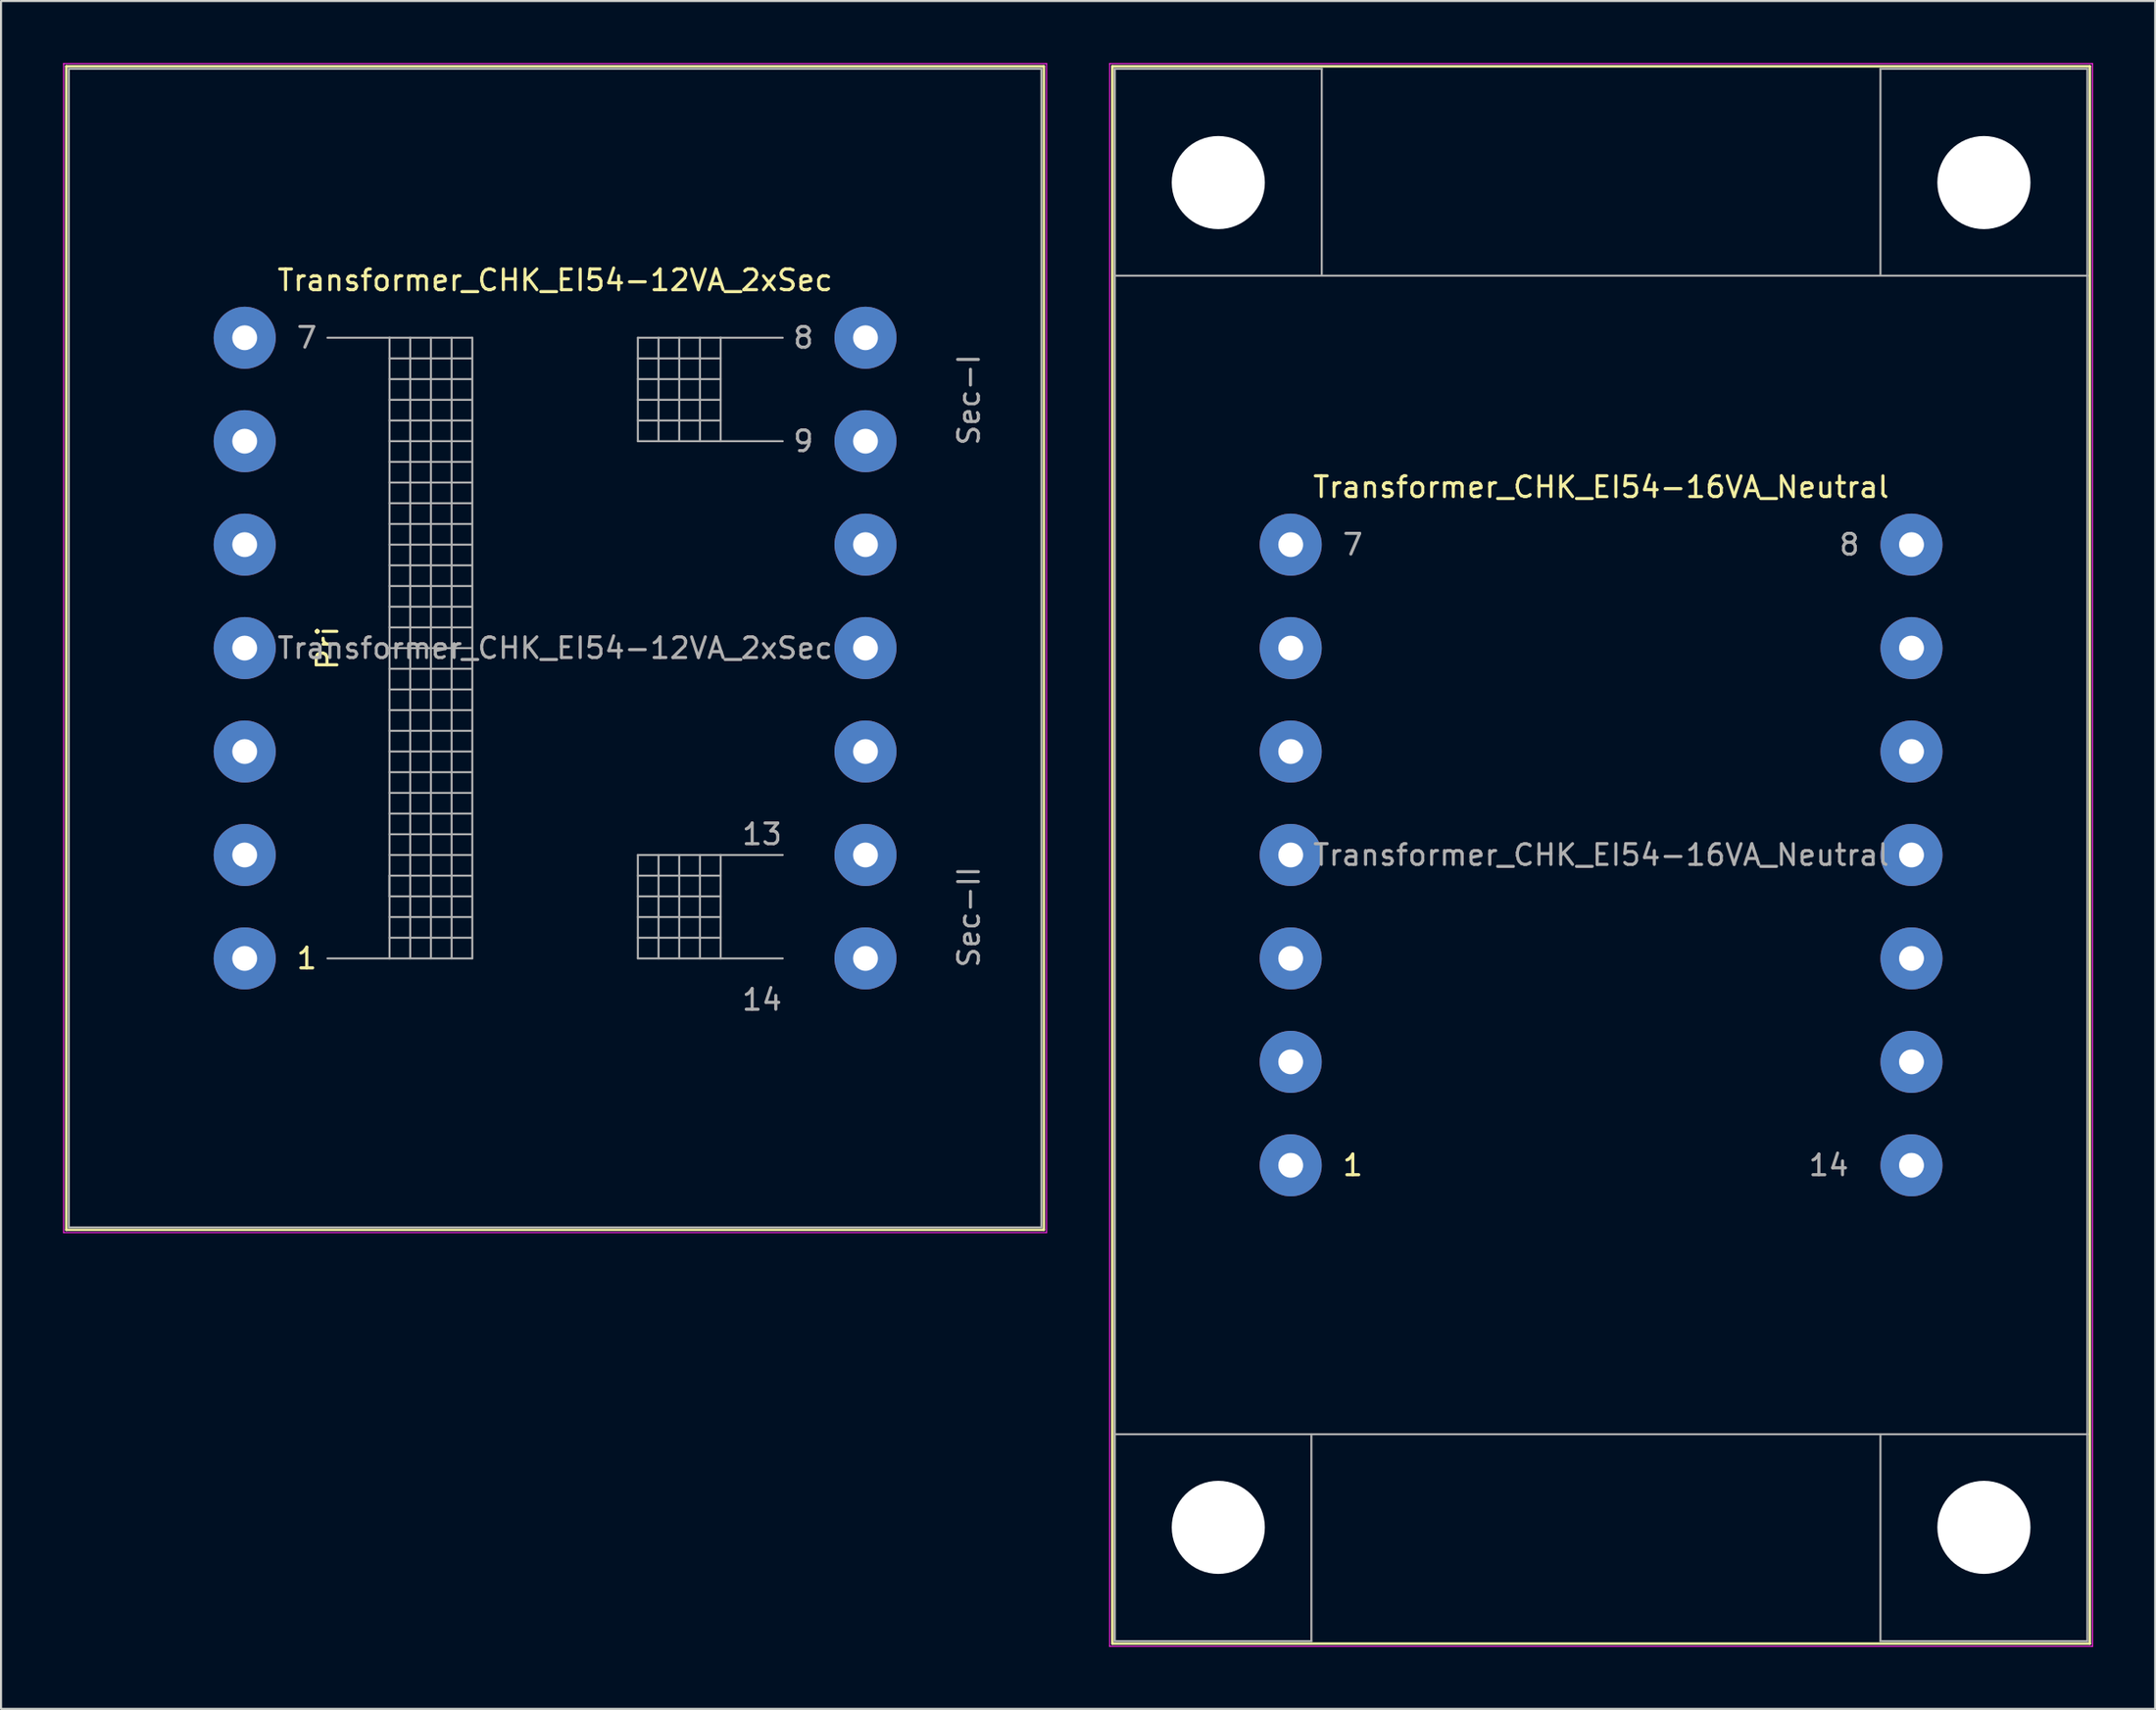
<source format=kicad_pcb>
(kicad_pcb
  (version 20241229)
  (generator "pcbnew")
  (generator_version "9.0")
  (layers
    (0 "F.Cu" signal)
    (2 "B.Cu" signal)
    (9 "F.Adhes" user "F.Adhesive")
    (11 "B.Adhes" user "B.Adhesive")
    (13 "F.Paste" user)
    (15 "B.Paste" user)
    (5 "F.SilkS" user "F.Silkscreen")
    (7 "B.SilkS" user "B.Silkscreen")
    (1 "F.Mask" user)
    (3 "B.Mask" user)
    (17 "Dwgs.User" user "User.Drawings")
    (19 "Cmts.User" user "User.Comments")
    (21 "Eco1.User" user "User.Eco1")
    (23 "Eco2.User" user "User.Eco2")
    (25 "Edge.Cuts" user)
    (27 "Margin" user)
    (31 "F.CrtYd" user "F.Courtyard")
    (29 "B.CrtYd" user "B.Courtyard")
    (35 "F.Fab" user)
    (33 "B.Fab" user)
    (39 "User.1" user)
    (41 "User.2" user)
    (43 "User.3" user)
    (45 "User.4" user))
  (footprint "Transformer_CHK_EI54-12VA_2xSec"
    (layer "F.Cu")
    (at 8.775 43.275)
    (property "Reference" "Transformer_CHK_EI54-12VA_2xSec" (at 15 -32.78 0) (layer "F.SilkS") (effects (font (size 1 1) (thickness 0.15))))
    (attr through_hole)
    (fp_line (start -8.62 -43.12) (end -8.62 13.12) (stroke (width 0.12) (type solid)) (layer "F.SilkS"))
    (fp_line (start -8.62 -43.12) (end 38.62 -43.12) (stroke (width 0.12) (type solid)) (layer "F.SilkS"))
    (fp_line (start 38.62 13.12) (end -8.62 13.12) (stroke (width 0.12) (type solid)) (layer "F.SilkS"))
    (fp_line (start 38.62 13.12) (end 38.62 -43.12) (stroke (width 0.12) (type solid)) (layer "F.SilkS"))
    (fp_line (start -8.75 -43.25) (end -8.75 13.25) (stroke (width 0.05) (type solid)) (layer "F.CrtYd"))
    (fp_line (start -8.75 -43.25) (end 38.75 -43.25) (stroke (width 0.05) (type solid)) (layer "F.CrtYd"))
    (fp_line (start 38.75 13.25) (end -8.75 13.25) (stroke (width 0.05) (type solid)) (layer "F.CrtYd"))
    (fp_line (start 38.75 13.25) (end 38.75 -43.25) (stroke (width 0.05) (type solid)) (layer "F.CrtYd"))
    (fp_line (start -8.5 -43) (end -8.5 13) (stroke (width 0.1) (type solid)) (layer "F.Fab"))
    (fp_line (start -8.5 13) (end 38.5 13) (stroke (width 0.1) (type solid)) (layer "F.Fab"))
    (fp_line (start 4 -30) (end 7 -30) (stroke (width 0.1) (type solid)) (layer "F.Fab"))
    (fp_line (start 7 -30) (end 7 0) (stroke (width 0.1) (type solid)) (layer "F.Fab"))
    (fp_line (start 7 -30) (end 11 -30) (stroke (width 0.1) (type solid)) (layer "F.Fab"))
    (fp_line (start 7 -29) (end 11 -29) (stroke (width 0.1) (type solid)) (layer "F.Fab"))
    (fp_line (start 7 -27) (end 11 -27) (stroke (width 0.1) (type solid)) (layer "F.Fab"))
    (fp_line (start 7 -25) (end 11 -25) (stroke (width 0.1) (type solid)) (layer "F.Fab"))
    (fp_line (start 7 -23) (end 11 -23) (stroke (width 0.1) (type solid)) (layer "F.Fab"))
    (fp_line (start 7 -21) (end 11 -21) (stroke (width 0.1) (type solid)) (layer "F.Fab"))
    (fp_line (start 7 -19) (end 11 -19) (stroke (width 0.1) (type solid)) (layer "F.Fab"))
    (fp_line (start 7 -17) (end 11 -17) (stroke (width 0.1) (type solid)) (layer "F.Fab"))
    (fp_line (start 7 -15) (end 11 -15) (stroke (width 0.1) (type solid)) (layer "F.Fab"))
    (fp_line (start 7 -13) (end 11 -13) (stroke (width 0.1) (type solid)) (layer "F.Fab"))
    (fp_line (start 7 -11) (end 11 -11) (stroke (width 0.1) (type solid)) (layer "F.Fab"))
    (fp_line (start 7 -9) (end 11 -9) (stroke (width 0.1) (type solid)) (layer "F.Fab"))
    (fp_line (start 7 -7) (end 11 -7) (stroke (width 0.1) (type solid)) (layer "F.Fab"))
    (fp_line (start 7 -5) (end 11 -5) (stroke (width 0.1) (type solid)) (layer "F.Fab"))
    (fp_line (start 7 -4) (end 7 -3) (stroke (width 0.1) (type solid)) (layer "F.Fab"))
    (fp_line (start 7 -3) (end 11 -3) (stroke (width 0.1) (type solid)) (layer "F.Fab"))
    (fp_line (start 7 -1) (end 11 -1) (stroke (width 0.1) (type solid)) (layer "F.Fab"))
    (fp_line (start 7 0) (end 4 0) (stroke (width 0.1) (type solid)) (layer "F.Fab"))
    (fp_line (start 8 -30) (end 8 0) (stroke (width 0.1) (type solid)) (layer "F.Fab"))
    (fp_line (start 9 -30) (end 9 0) (stroke (width 0.1) (type solid)) (layer "F.Fab"))
    (fp_line (start 10 -12) (end 7 -12) (stroke (width 0.1) (type solid)) (layer "F.Fab"))
    (fp_line (start 10 -12) (end 11 -12) (stroke (width 0.1) (type solid)) (layer "F.Fab"))
    (fp_line (start 10 0) (end 10 -30) (stroke (width 0.1) (type solid)) (layer "F.Fab"))
    (fp_line (start 11 -30) (end 11 0) (stroke (width 0.1) (type solid)) (layer "F.Fab"))
    (fp_line (start 11 -28) (end 7 -28) (stroke (width 0.1) (type solid)) (layer "F.Fab"))
    (fp_line (start 11 -26) (end 7 -26) (stroke (width 0.1) (type solid)) (layer "F.Fab"))
    (fp_line (start 11 -24) (end 7 -24) (stroke (width 0.1) (type solid)) (layer "F.Fab"))
    (fp_line (start 11 -22) (end 7 -22) (stroke (width 0.1) (type solid)) (layer "F.Fab"))
    (fp_line (start 11 -20) (end 7 -20) (stroke (width 0.1) (type solid)) (layer "F.Fab"))
    (fp_line (start 11 -18) (end 7 -18) (stroke (width 0.1) (type solid)) (layer "F.Fab"))
    (fp_line (start 11 -16) (end 7 -16) (stroke (width 0.1) (type solid)) (layer "F.Fab"))
    (fp_line (start 11 -14) (end 7 -14) (stroke (width 0.1) (type solid)) (layer "F.Fab"))
    (fp_line (start 11 -10) (end 7 -10) (stroke (width 0.1) (type solid)) (layer "F.Fab"))
    (fp_line (start 11 -8) (end 7 -8) (stroke (width 0.1) (type solid)) (layer "F.Fab"))
    (fp_line (start 11 -6) (end 7 -6) (stroke (width 0.1) (type solid)) (layer "F.Fab"))
    (fp_line (start 11 -4) (end 7 -4) (stroke (width 0.1) (type solid)) (layer "F.Fab"))
    (fp_line (start 11 -2) (end 7 -2) (stroke (width 0.1) (type solid)) (layer "F.Fab"))
    (fp_line (start 11 0) (end 7 0) (stroke (width 0.1) (type solid)) (layer "F.Fab"))
    (fp_line (start 19 -30) (end 19 -25) (stroke (width 0.1) (type solid)) (layer "F.Fab"))
    (fp_line (start 19 -29) (end 23 -29) (stroke (width 0.1) (type solid)) (layer "F.Fab"))
    (fp_line (start 19 -27) (end 23 -27) (stroke (width 0.1) (type solid)) (layer "F.Fab"))
    (fp_line (start 19 -25) (end 23 -25) (stroke (width 0.1) (type solid)) (layer "F.Fab"))
    (fp_line (start 19 -5) (end 19 0) (stroke (width 0.1) (type solid)) (layer "F.Fab"))
    (fp_line (start 19 -4) (end 23 -4) (stroke (width 0.1) (type solid)) (layer "F.Fab"))
    (fp_line (start 19 -2) (end 23 -2) (stroke (width 0.1) (type solid)) (layer "F.Fab"))
    (fp_line (start 19 0) (end 23 0) (stroke (width 0.1) (type solid)) (layer "F.Fab"))
    (fp_line (start 20 -30) (end 20 -25) (stroke (width 0.1) (type solid)) (layer "F.Fab"))
    (fp_line (start 20 -5) (end 20 0) (stroke (width 0.1) (type solid)) (layer "F.Fab"))
    (fp_line (start 21 -30) (end 21 -25) (stroke (width 0.1) (type solid)) (layer "F.Fab"))
    (fp_line (start 21 -5) (end 21 0) (stroke (width 0.1) (type solid)) (layer "F.Fab"))
    (fp_line (start 22 -30) (end 22 -25) (stroke (width 0.1) (type solid)) (layer "F.Fab"))
    (fp_line (start 22 -5) (end 22 0) (stroke (width 0.1) (type solid)) (layer "F.Fab"))
    (fp_line (start 23 -30) (end 19 -30) (stroke (width 0.1) (type solid)) (layer "F.Fab"))
    (fp_line (start 23 -30) (end 23 -25) (stroke (width 0.1) (type solid)) (layer "F.Fab"))
    (fp_line (start 23 -28) (end 19 -28) (stroke (width 0.1) (type solid)) (layer "F.Fab"))
    (fp_line (start 23 -26) (end 19 -26) (stroke (width 0.1) (type solid)) (layer "F.Fab"))
    (fp_line (start 23 -25) (end 26 -25) (stroke (width 0.1) (type solid)) (layer "F.Fab"))
    (fp_line (start 23 -5) (end 19 -5) (stroke (width 0.1) (type solid)) (layer "F.Fab"))
    (fp_line (start 23 -5) (end 23 0) (stroke (width 0.1) (type solid)) (layer "F.Fab"))
    (fp_line (start 23 -3) (end 19 -3) (stroke (width 0.1) (type solid)) (layer "F.Fab"))
    (fp_line (start 23 -1) (end 19 -1) (stroke (width 0.1) (type solid)) (layer "F.Fab"))
    (fp_line (start 23 0) (end 26 0) (stroke (width 0.1) (type solid)) (layer "F.Fab"))
    (fp_line (start 26 -30) (end 23 -30) (stroke (width 0.1) (type solid)) (layer "F.Fab"))
    (fp_line (start 26 -5) (end 23 -5) (stroke (width 0.1) (type solid)) (layer "F.Fab"))
    (fp_line (start 38.5 -43) (end -8.5 -43) (stroke (width 0.1) (type solid)) (layer "F.Fab"))
    (fp_line (start 38.5 13) (end 38.5 -43) (stroke (width 0.1) (type solid)) (layer "F.Fab"))
    (fp_text user "1" (at 3 0 0) (layer "F.SilkS") (effects (font (size 1 1) (thickness 0.15))))
    (fp_text user "Pri" (at 4 -15 90) (layer "F.SilkS") (effects (font (size 1 1) (thickness 0.15))))
    (fp_text user "Sec-II" (at 35 -2 90) (layer "F.Fab") (effects (font (size 1 1) (thickness 0.15))))
    (fp_text user "8" (at 27 -30 0) (layer "F.Fab") (effects (font (size 1 1) (thickness 0.15))))
    (fp_text user "13" (at 25 -6 0) (layer "F.Fab") (effects (font (size 1 1) (thickness 0.15))))
    (fp_text user "${REFERENCE}" (at 15 -15 0) (layer "F.Fab") (effects (font (size 1 1) (thickness 0.15))))
    (fp_text user "7" (at 3 -30 0) (layer "F.Fab") (effects (font (size 1 1) (thickness 0.15))))
    (fp_text user "9" (at 27 -25 0) (layer "F.Fab") (effects (font (size 1 1) (thickness 0.15))))
    (fp_text user "14" (at 25 2 0) (layer "F.Fab") (effects (font (size 1 1) (thickness 0.15))))
    (fp_text user "Sec-I" (at 35 -27 90) (layer "F.Fab") (effects (font (size 1 1) (thickness 0.15))))
    (pad "1" thru_hole circle (at 0 0) (size 3 3) (drill 1.2) (layers "*.Cu" "*.Mask"))
    (pad "2" thru_hole circle (at 0 -5) (size 3 3) (drill 1.2) (layers "*.Cu" "*.Mask"))
    (pad "3" thru_hole circle (at 0 -10) (size 3 3) (drill 1.2) (layers "*.Cu" "*.Mask"))
    (pad "4" thru_hole circle (at 0 -15) (size 3 3) (drill 1.2) (layers "*.Cu" "*.Mask"))
    (pad "5" thru_hole circle (at 0 -20) (size 3 3) (drill 1.2) (layers "*.Cu" "*.Mask"))
    (pad "6" thru_hole circle (at 0 -25) (size 3 3) (drill 1.2) (layers "*.Cu" "*.Mask"))
    (pad "7" thru_hole circle (at 0 -30) (size 3 3) (drill 1.2) (layers "*.Cu" "*.Mask"))
    (pad "8" thru_hole circle (at 30 -30) (size 3 3) (drill 1.2) (layers "*.Cu" "*.Mask"))
    (pad "9" thru_hole circle (at 30 -25) (size 3 3) (drill 1.2) (layers "*.Cu" "*.Mask"))
    (pad "10" thru_hole circle (at 30 -20) (size 3 3) (drill 1.2) (layers "*.Cu" "*.Mask"))
    (pad "11" thru_hole circle (at 30 -15) (size 3 3) (drill 1.2) (layers "*.Cu" "*.Mask"))
    (pad "12" thru_hole circle (at 30 -10) (size 3 3) (drill 1.2) (layers "*.Cu" "*.Mask"))
    (pad "13" thru_hole circle (at 30 -5) (size 3 3) (drill 1.2) (layers "*.Cu" "*.Mask"))
    (pad "14" thru_hole circle (at 30 0) (size 3 3) (drill 1.2) (layers "*.Cu" "*.Mask")))
  (footprint "Transformer_CHK_EI54-16VA_Neutral"
    (layer "F.Cu")
    (at 59.325 53.275)
    (property "Reference" "Transformer_CHK_EI54-16VA_Neutral" (at 15 -32.78 0) (layer "F.SilkS") (effects (font (size 1 1) (thickness 0.15))))
    (attr through_hole)
    (fp_line (start -8.62 -53.12) (end -8.62 23.12) (stroke (width 0.12) (type solid)) (layer "F.SilkS"))
    (fp_line (start -8.62 -53.12) (end 38.62 -53.12) (stroke (width 0.12) (type solid)) (layer "F.SilkS"))
    (fp_line (start 38.62 23.12) (end -8.62 23.12) (stroke (width 0.12) (type solid)) (layer "F.SilkS"))
    (fp_line (start 38.62 23.12) (end 38.62 -53.12) (stroke (width 0.12) (type solid)) (layer "F.SilkS"))
    (fp_line (start -8.75 -53.25) (end -8.75 23.25) (stroke (width 0.05) (type solid)) (layer "F.CrtYd"))
    (fp_line (start -8.75 -53.25) (end 38.75 -53.25) (stroke (width 0.05) (type solid)) (layer "F.CrtYd"))
    (fp_line (start 38.75 23.25) (end -8.75 23.25) (stroke (width 0.05) (type solid)) (layer "F.CrtYd"))
    (fp_line (start 38.75 23.25) (end 38.75 -53.25) (stroke (width 0.05) (type solid)) (layer "F.CrtYd"))
    (fp_line (start -8.5 -53) (end 1.5 -53) (stroke (width 0.1) (type solid)) (layer "F.Fab"))
    (fp_line (start -8.5 -43) (end -8.5 -53) (stroke (width 0.1) (type solid)) (layer "F.Fab"))
    (fp_line (start -8.5 -43) (end -8.5 13) (stroke (width 0.1) (type solid)) (layer "F.Fab"))
    (fp_line (start -8.5 13) (end -8.5 23) (stroke (width 0.1) (type solid)) (layer "F.Fab"))
    (fp_line (start -8.5 13) (end 38.5 13) (stroke (width 0.1) (type solid)) (layer "F.Fab"))
    (fp_line (start -8.5 23) (end 1 23) (stroke (width 0.1) (type solid)) (layer "F.Fab"))
    (fp_line (start 1 23) (end 1 13) (stroke (width 0.1) (type solid)) (layer "F.Fab"))
    (fp_line (start 1.5 -53) (end 1.5 -43) (stroke (width 0.1) (type solid)) (layer "F.Fab"))
    (fp_line (start 28.5 -53) (end 28.5 -43) (stroke (width 0.1) (type solid)) (layer "F.Fab"))
    (fp_line (start 28.5 23) (end 28.5 13) (stroke (width 0.1) (type solid)) (layer "F.Fab"))
    (fp_line (start 38.5 -53) (end 28.5 -53) (stroke (width 0.1) (type solid)) (layer "F.Fab"))
    (fp_line (start 38.5 -43) (end -8.5 -43) (stroke (width 0.1) (type solid)) (layer "F.Fab"))
    (fp_line (start 38.5 -43) (end 38.5 -53) (stroke (width 0.1) (type solid)) (layer "F.Fab"))
    (fp_line (start 38.5 13) (end 38.5 -43) (stroke (width 0.1) (type solid)) (layer "F.Fab"))
    (fp_line (start 38.5 13) (end 38.5 23) (stroke (width 0.1) (type solid)) (layer "F.Fab"))
    (fp_line (start 38.5 23) (end 28.5 23) (stroke (width 0.1) (type solid)) (layer "F.Fab"))
    (fp_text user "1" (at 3 0 0) (layer "F.SilkS") (effects (font (size 1 1) (thickness 0.15))))
    (fp_text user "8" (at 27 -30 0) (layer "F.Fab") (effects (font (size 1 1) (thickness 0.15))))
    (fp_text user "${REFERENCE}" (at 15 -15 0) (layer "F.Fab") (effects (font (size 1 1) (thickness 0.15))))
    (fp_text user "14" (at 26 0 0) (layer "F.Fab") (effects (font (size 1 1) (thickness 0.15))))
    (fp_text user "7" (at 3 -30 0) (layer "F.Fab") (effects (font (size 1 1) (thickness 0.15))))
    (pad "" np_thru_hole circle (at -3.5 -47.5) (size 4.5 4.5) (drill 4.5) (layers "*.Cu" "*.Mask"))
    (pad "" np_thru_hole circle (at -3.5 17.5) (size 4.5 4.5) (drill 4.5) (layers "*.Cu" "*.Mask"))
    (pad "" np_thru_hole circle (at 33.5 -47.5) (size 4.5 4.5) (drill 4.5) (layers "*.Cu" "*.Mask"))
    (pad "" np_thru_hole circle (at 33.5 17.5) (size 4.5 4.5) (drill 4.5) (layers "*.Cu" "*.Mask"))
    (pad "1" thru_hole circle (at 0 0) (size 3 3) (drill 1.2) (layers "*.Cu" "*.Mask"))
    (pad "2" thru_hole circle (at 0 -5) (size 3 3) (drill 1.2) (layers "*.Cu" "*.Mask"))
    (pad "3" thru_hole circle (at 0 -10) (size 3 3) (drill 1.2) (layers "*.Cu" "*.Mask"))
    (pad "4" thru_hole circle (at 0 -15) (size 3 3) (drill 1.2) (layers "*.Cu" "*.Mask"))
    (pad "5" thru_hole circle (at 0 -20) (size 3 3) (drill 1.2) (layers "*.Cu" "*.Mask"))
    (pad "6" thru_hole circle (at 0 -25) (size 3 3) (drill 1.2) (layers "*.Cu" "*.Mask"))
    (pad "7" thru_hole circle (at 0 -30) (size 3 3) (drill 1.2) (layers "*.Cu" "*.Mask"))
    (pad "8" thru_hole circle (at 30 -30) (size 3 3) (drill 1.2) (layers "*.Cu" "*.Mask"))
    (pad "9" thru_hole circle (at 30 -25) (size 3 3) (drill 1.2) (layers "*.Cu" "*.Mask"))
    (pad "10" thru_hole circle (at 30 -20) (size 3 3) (drill 1.2) (layers "*.Cu" "*.Mask"))
    (pad "11" thru_hole circle (at 30 -15) (size 3 3) (drill 1.2) (layers "*.Cu" "*.Mask"))
    (pad "12" thru_hole circle (at 30 -10) (size 3 3) (drill 1.2) (layers "*.Cu" "*.Mask"))
    (pad "13" thru_hole circle (at 30 -5) (size 3 3) (drill 1.2) (layers "*.Cu" "*.Mask"))
    (pad "14" thru_hole circle (at 30 0) (size 3 3) (drill 1.2) (layers "*.Cu" "*.Mask")))
  (gr_rect
    (start -3 -3)
    (end 101.1 79.55)
    (stroke (width 0.1) (type default))
    (fill no)
    (layer "Edge.Cuts")))
</source>
